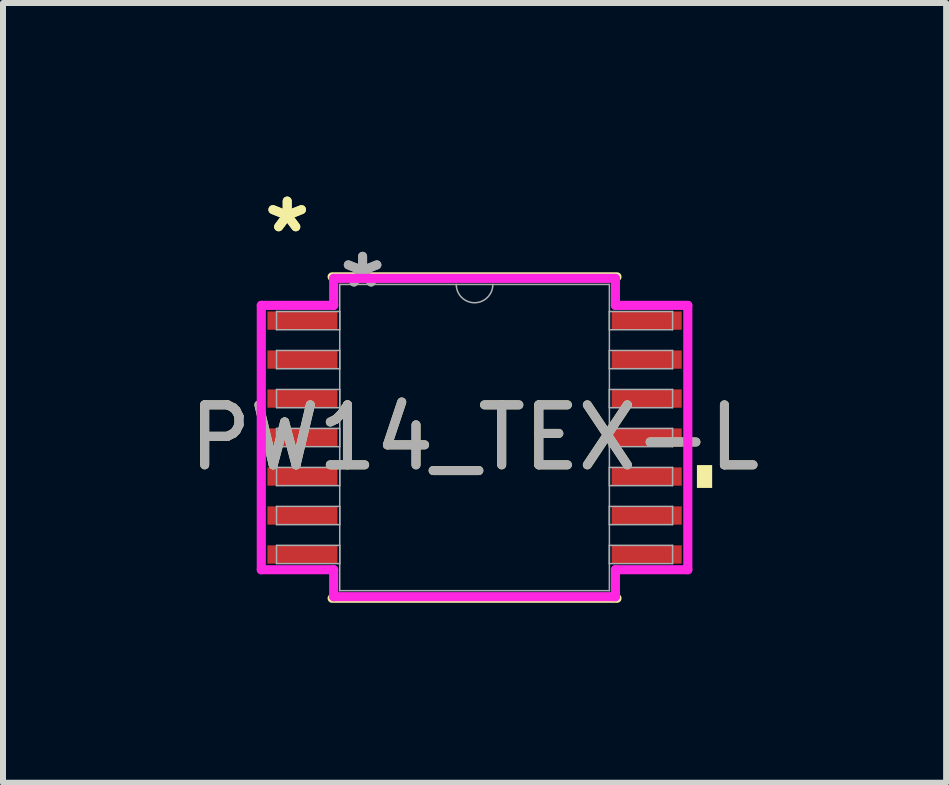
<source format=kicad_pcb>
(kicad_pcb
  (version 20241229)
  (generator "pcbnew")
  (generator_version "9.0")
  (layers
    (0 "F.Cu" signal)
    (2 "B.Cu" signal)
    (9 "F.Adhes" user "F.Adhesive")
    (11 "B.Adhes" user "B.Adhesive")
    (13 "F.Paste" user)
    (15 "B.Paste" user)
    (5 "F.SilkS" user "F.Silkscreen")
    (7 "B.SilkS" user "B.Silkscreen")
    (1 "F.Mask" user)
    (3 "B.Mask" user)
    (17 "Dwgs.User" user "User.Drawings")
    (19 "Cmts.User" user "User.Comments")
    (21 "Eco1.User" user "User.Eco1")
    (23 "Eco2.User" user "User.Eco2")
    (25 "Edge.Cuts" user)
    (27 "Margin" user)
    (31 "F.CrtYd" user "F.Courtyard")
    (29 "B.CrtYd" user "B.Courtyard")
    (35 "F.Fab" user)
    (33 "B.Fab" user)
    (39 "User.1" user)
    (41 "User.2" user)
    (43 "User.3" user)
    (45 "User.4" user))
  (footprint "PW14_TEX-L"
    (layer "F.Cu")
    (at 4.863 4.246)
    (property "Reference" "PW14_TEX-L" (at 0 0 0) (unlocked yes) (layer "F.SilkS") (effects (font (size 1 1) (thickness 0.15))))
    (attr smd)
    (fp_line (start -2.375 2.68) (end 2.375 2.68) (stroke (width 0.152) (type solid)) (layer "F.SilkS"))
    (fp_line (start 2.375 -2.68) (end -2.375 -2.68) (stroke (width 0.152) (type solid)) (layer "F.SilkS"))
    (fp_poly (pts (xy 3.962 0.459) (xy 3.962 0.84) (xy 3.708 0.84) (xy 3.708 0.459)) (stroke (width 0) (type solid)) (fill yes) (layer "F.SilkS"))
    (fp_line (start -3.556 -2.204) (end -2.349 -2.204) (stroke (width 0.152) (type solid)) (layer "F.CrtYd"))
    (fp_line (start -3.556 2.204) (end -3.556 -2.204) (stroke (width 0.152) (type solid)) (layer "F.CrtYd"))
    (fp_line (start -3.556 2.204) (end -2.349 2.204) (stroke (width 0.152) (type solid)) (layer "F.CrtYd"))
    (fp_line (start -2.349 -2.654) (end 2.349 -2.654) (stroke (width 0.152) (type solid)) (layer "F.CrtYd"))
    (fp_line (start -2.349 -2.204) (end -2.349 -2.654) (stroke (width 0.152) (type solid)) (layer "F.CrtYd"))
    (fp_line (start -2.349 2.654) (end -2.349 2.204) (stroke (width 0.152) (type solid)) (layer "F.CrtYd"))
    (fp_line (start 2.349 -2.654) (end 2.349 -2.204) (stroke (width 0.152) (type solid)) (layer "F.CrtYd"))
    (fp_line (start 2.349 2.204) (end 2.349 2.654) (stroke (width 0.152) (type solid)) (layer "F.CrtYd"))
    (fp_line (start 2.349 2.654) (end -2.349 2.654) (stroke (width 0.152) (type solid)) (layer "F.CrtYd"))
    (fp_line (start 3.556 -2.204) (end 2.349 -2.204) (stroke (width 0.152) (type solid)) (layer "F.CrtYd"))
    (fp_line (start 3.556 -2.204) (end 3.556 2.204) (stroke (width 0.152) (type solid)) (layer "F.CrtYd"))
    (fp_line (start 3.556 2.204) (end 2.349 2.204) (stroke (width 0.152) (type solid)) (layer "F.CrtYd"))
    (fp_line (start -3.302 -2.102) (end -3.302 -1.798) (stroke (width 0.025) (type solid)) (layer "F.Fab"))
    (fp_line (start -3.302 -1.798) (end -2.248 -1.798) (stroke (width 0.025) (type solid)) (layer "F.Fab"))
    (fp_line (start -3.302 -1.452) (end -3.302 -1.148) (stroke (width 0.025) (type solid)) (layer "F.Fab"))
    (fp_line (start -3.302 -1.148) (end -2.248 -1.148) (stroke (width 0.025) (type solid)) (layer "F.Fab"))
    (fp_line (start -3.302 -0.802) (end -3.302 -0.498) (stroke (width 0.025) (type solid)) (layer "F.Fab"))
    (fp_line (start -3.302 -0.498) (end -2.248 -0.498) (stroke (width 0.025) (type solid)) (layer "F.Fab"))
    (fp_line (start -3.302 -0.152) (end -3.302 0.152) (stroke (width 0.025) (type solid)) (layer "F.Fab"))
    (fp_line (start -3.302 0.152) (end -2.248 0.152) (stroke (width 0.025) (type solid)) (layer "F.Fab"))
    (fp_line (start -3.302 0.498) (end -3.302 0.802) (stroke (width 0.025) (type solid)) (layer "F.Fab"))
    (fp_line (start -3.302 0.802) (end -2.248 0.802) (stroke (width 0.025) (type solid)) (layer "F.Fab"))
    (fp_line (start -3.302 1.148) (end -3.302 1.452) (stroke (width 0.025) (type solid)) (layer "F.Fab"))
    (fp_line (start -3.302 1.452) (end -2.248 1.452) (stroke (width 0.025) (type solid)) (layer "F.Fab"))
    (fp_line (start -3.302 1.798) (end -3.302 2.102) (stroke (width 0.025) (type solid)) (layer "F.Fab"))
    (fp_line (start -3.302 2.102) (end -2.248 2.102) (stroke (width 0.025) (type solid)) (layer "F.Fab"))
    (fp_line (start -2.248 -2.553) (end -2.248 2.553) (stroke (width 0.025) (type solid)) (layer "F.Fab"))
    (fp_line (start -2.248 -2.102) (end -3.302 -2.102) (stroke (width 0.025) (type solid)) (layer "F.Fab"))
    (fp_line (start -2.248 -1.798) (end -2.248 -2.102) (stroke (width 0.025) (type solid)) (layer "F.Fab"))
    (fp_line (start -2.248 -1.452) (end -3.302 -1.452) (stroke (width 0.025) (type solid)) (layer "F.Fab"))
    (fp_line (start -2.248 -1.148) (end -2.248 -1.452) (stroke (width 0.025) (type solid)) (layer "F.Fab"))
    (fp_line (start -2.248 -0.802) (end -3.302 -0.802) (stroke (width 0.025) (type solid)) (layer "F.Fab"))
    (fp_line (start -2.248 -0.498) (end -2.248 -0.802) (stroke (width 0.025) (type solid)) (layer "F.Fab"))
    (fp_line (start -2.248 -0.152) (end -3.302 -0.152) (stroke (width 0.025) (type solid)) (layer "F.Fab"))
    (fp_line (start -2.248 0.152) (end -2.248 -0.152) (stroke (width 0.025) (type solid)) (layer "F.Fab"))
    (fp_line (start -2.248 0.498) (end -3.302 0.498) (stroke (width 0.025) (type solid)) (layer "F.Fab"))
    (fp_line (start -2.248 0.802) (end -2.248 0.498) (stroke (width 0.025) (type solid)) (layer "F.Fab"))
    (fp_line (start -2.248 1.148) (end -3.302 1.148) (stroke (width 0.025) (type solid)) (layer "F.Fab"))
    (fp_line (start -2.248 1.452) (end -2.248 1.148) (stroke (width 0.025) (type solid)) (layer "F.Fab"))
    (fp_line (start -2.248 1.798) (end -3.302 1.798) (stroke (width 0.025) (type solid)) (layer "F.Fab"))
    (fp_line (start -2.248 2.102) (end -2.248 1.798) (stroke (width 0.025) (type solid)) (layer "F.Fab"))
    (fp_line (start -2.248 2.553) (end 2.248 2.553) (stroke (width 0.025) (type solid)) (layer "F.Fab"))
    (fp_line (start 2.248 -2.553) (end -2.248 -2.553) (stroke (width 0.025) (type solid)) (layer "F.Fab"))
    (fp_line (start 2.248 -2.102) (end 2.248 -1.798) (stroke (width 0.025) (type solid)) (layer "F.Fab"))
    (fp_line (start 2.248 -1.798) (end 3.302 -1.798) (stroke (width 0.025) (type solid)) (layer "F.Fab"))
    (fp_line (start 2.248 -1.452) (end 2.248 -1.148) (stroke (width 0.025) (type solid)) (layer "F.Fab"))
    (fp_line (start 2.248 -1.148) (end 3.302 -1.148) (stroke (width 0.025) (type solid)) (layer "F.Fab"))
    (fp_line (start 2.248 -0.802) (end 2.248 -0.498) (stroke (width 0.025) (type solid)) (layer "F.Fab"))
    (fp_line (start 2.248 -0.498) (end 3.302 -0.498) (stroke (width 0.025) (type solid)) (layer "F.Fab"))
    (fp_line (start 2.248 -0.152) (end 2.248 0.152) (stroke (width 0.025) (type solid)) (layer "F.Fab"))
    (fp_line (start 2.248 0.152) (end 3.302 0.152) (stroke (width 0.025) (type solid)) (layer "F.Fab"))
    (fp_line (start 2.248 0.498) (end 2.248 0.802) (stroke (width 0.025) (type solid)) (layer "F.Fab"))
    (fp_line (start 2.248 0.802) (end 3.302 0.802) (stroke (width 0.025) (type solid)) (layer "F.Fab"))
    (fp_line (start 2.248 1.148) (end 2.248 1.452) (stroke (width 0.025) (type solid)) (layer "F.Fab"))
    (fp_line (start 2.248 1.452) (end 3.302 1.452) (stroke (width 0.025) (type solid)) (layer "F.Fab"))
    (fp_line (start 2.248 1.798) (end 2.248 2.102) (stroke (width 0.025) (type solid)) (layer "F.Fab"))
    (fp_line (start 2.248 2.102) (end 3.302 2.102) (stroke (width 0.025) (type solid)) (layer "F.Fab"))
    (fp_line (start 2.248 2.553) (end 2.248 -2.553) (stroke (width 0.025) (type solid)) (layer "F.Fab"))
    (fp_line (start 3.302 -2.102) (end 2.248 -2.102) (stroke (width 0.025) (type solid)) (layer "F.Fab"))
    (fp_line (start 3.302 -1.798) (end 3.302 -2.102) (stroke (width 0.025) (type solid)) (layer "F.Fab"))
    (fp_line (start 3.302 -1.452) (end 2.248 -1.452) (stroke (width 0.025) (type solid)) (layer "F.Fab"))
    (fp_line (start 3.302 -1.148) (end 3.302 -1.452) (stroke (width 0.025) (type solid)) (layer "F.Fab"))
    (fp_line (start 3.302 -0.802) (end 2.248 -0.802) (stroke (width 0.025) (type solid)) (layer "F.Fab"))
    (fp_line (start 3.302 -0.498) (end 3.302 -0.802) (stroke (width 0.025) (type solid)) (layer "F.Fab"))
    (fp_line (start 3.302 -0.152) (end 2.248 -0.152) (stroke (width 0.025) (type solid)) (layer "F.Fab"))
    (fp_line (start 3.302 0.152) (end 3.302 -0.152) (stroke (width 0.025) (type solid)) (layer "F.Fab"))
    (fp_line (start 3.302 0.498) (end 2.248 0.498) (stroke (width 0.025) (type solid)) (layer "F.Fab"))
    (fp_line (start 3.302 0.802) (end 3.302 0.498) (stroke (width 0.025) (type solid)) (layer "F.Fab"))
    (fp_line (start 3.302 1.148) (end 2.248 1.148) (stroke (width 0.025) (type solid)) (layer "F.Fab"))
    (fp_line (start 3.302 1.452) (end 3.302 1.148) (stroke (width 0.025) (type solid)) (layer "F.Fab"))
    (fp_line (start 3.302 1.798) (end 2.248 1.798) (stroke (width 0.025) (type solid)) (layer "F.Fab"))
    (fp_line (start 3.302 2.102) (end 3.302 1.798) (stroke (width 0.025) (type solid)) (layer "F.Fab"))
    (fp_arc (start 0.3048 -2.5527) (mid 0 -2.2479) (end -0.3048 -2.5527) (stroke (width 0.0254) (type solid)) (layer "F.Fab"))
    (fp_text user "*" (at -3.124 -3.398 0) (unlocked yes) (layer "F.SilkS") (effects (font (size 1 1) (thickness 0.15))))
    (fp_text user "*" (at -3.124 -3.398 0) (layer "F.SilkS") (effects (font (size 1 1) (thickness 0.15))))
    (fp_text user "*" (at -1.867 -2.477 0) (layer "F.Fab") (effects (font (size 1 1) (thickness 0.15))))
    (fp_text user "${REFERENCE}" (at 0 0 0) (unlocked yes) (layer "F.Fab") (effects (font (size 1 1) (thickness 0.15))))
    (fp_text user "*" (at -1.867 -2.477 0) (unlocked yes) (layer "F.Fab") (effects (font (size 1 1) (thickness 0.15))))
    (pad "1" smd rect (at -2.87 -1.95) (size 1.168 0.305) (layers "F.Cu" "F.Mask" "F.Paste"))
    (pad "2" smd rect (at -2.87 -1.3) (size 1.168 0.305) (layers "F.Cu" "F.Mask" "F.Paste"))
    (pad "3" smd rect (at -2.87 -0.65) (size 1.168 0.305) (layers "F.Cu" "F.Mask" "F.Paste"))
    (pad "4" smd rect (at -2.87 0) (size 1.168 0.305) (layers "F.Cu" "F.Mask" "F.Paste"))
    (pad "5" smd rect (at -2.87 0.65) (size 1.168 0.305) (layers "F.Cu" "F.Mask" "F.Paste"))
    (pad "6" smd rect (at -2.87 1.3) (size 1.168 0.305) (layers "F.Cu" "F.Mask" "F.Paste"))
    (pad "7" smd rect (at -2.87 1.95) (size 1.168 0.305) (layers "F.Cu" "F.Mask" "F.Paste"))
    (pad "8" smd rect (at 2.87 1.95) (size 1.168 0.305) (layers "F.Cu" "F.Mask" "F.Paste"))
    (pad "9" smd rect (at 2.87 1.3) (size 1.168 0.305) (layers "F.Cu" "F.Mask" "F.Paste"))
    (pad "10" smd rect (at 2.87 0.65) (size 1.168 0.305) (layers "F.Cu" "F.Mask" "F.Paste"))
    (pad "11" smd rect (at 2.87 0) (size 1.168 0.305) (layers "F.Cu" "F.Mask" "F.Paste"))
    (pad "12" smd rect (at 2.87 -0.65) (size 1.168 0.305) (layers "F.Cu" "F.Mask" "F.Paste"))
    (pad "13" smd rect (at 2.87 -1.3) (size 1.168 0.305) (layers "F.Cu" "F.Mask" "F.Paste"))
    (pad "14" smd rect (at 2.87 -1.95) (size 1.168 0.305) (layers "F.Cu" "F.Mask" "F.Paste")))
  (gr_rect
    (start -3 -3)
    (end 12.726 10.002)
    (stroke (width 0.1) (type default))
    (fill no)
    (layer "Edge.Cuts")))
</source>
